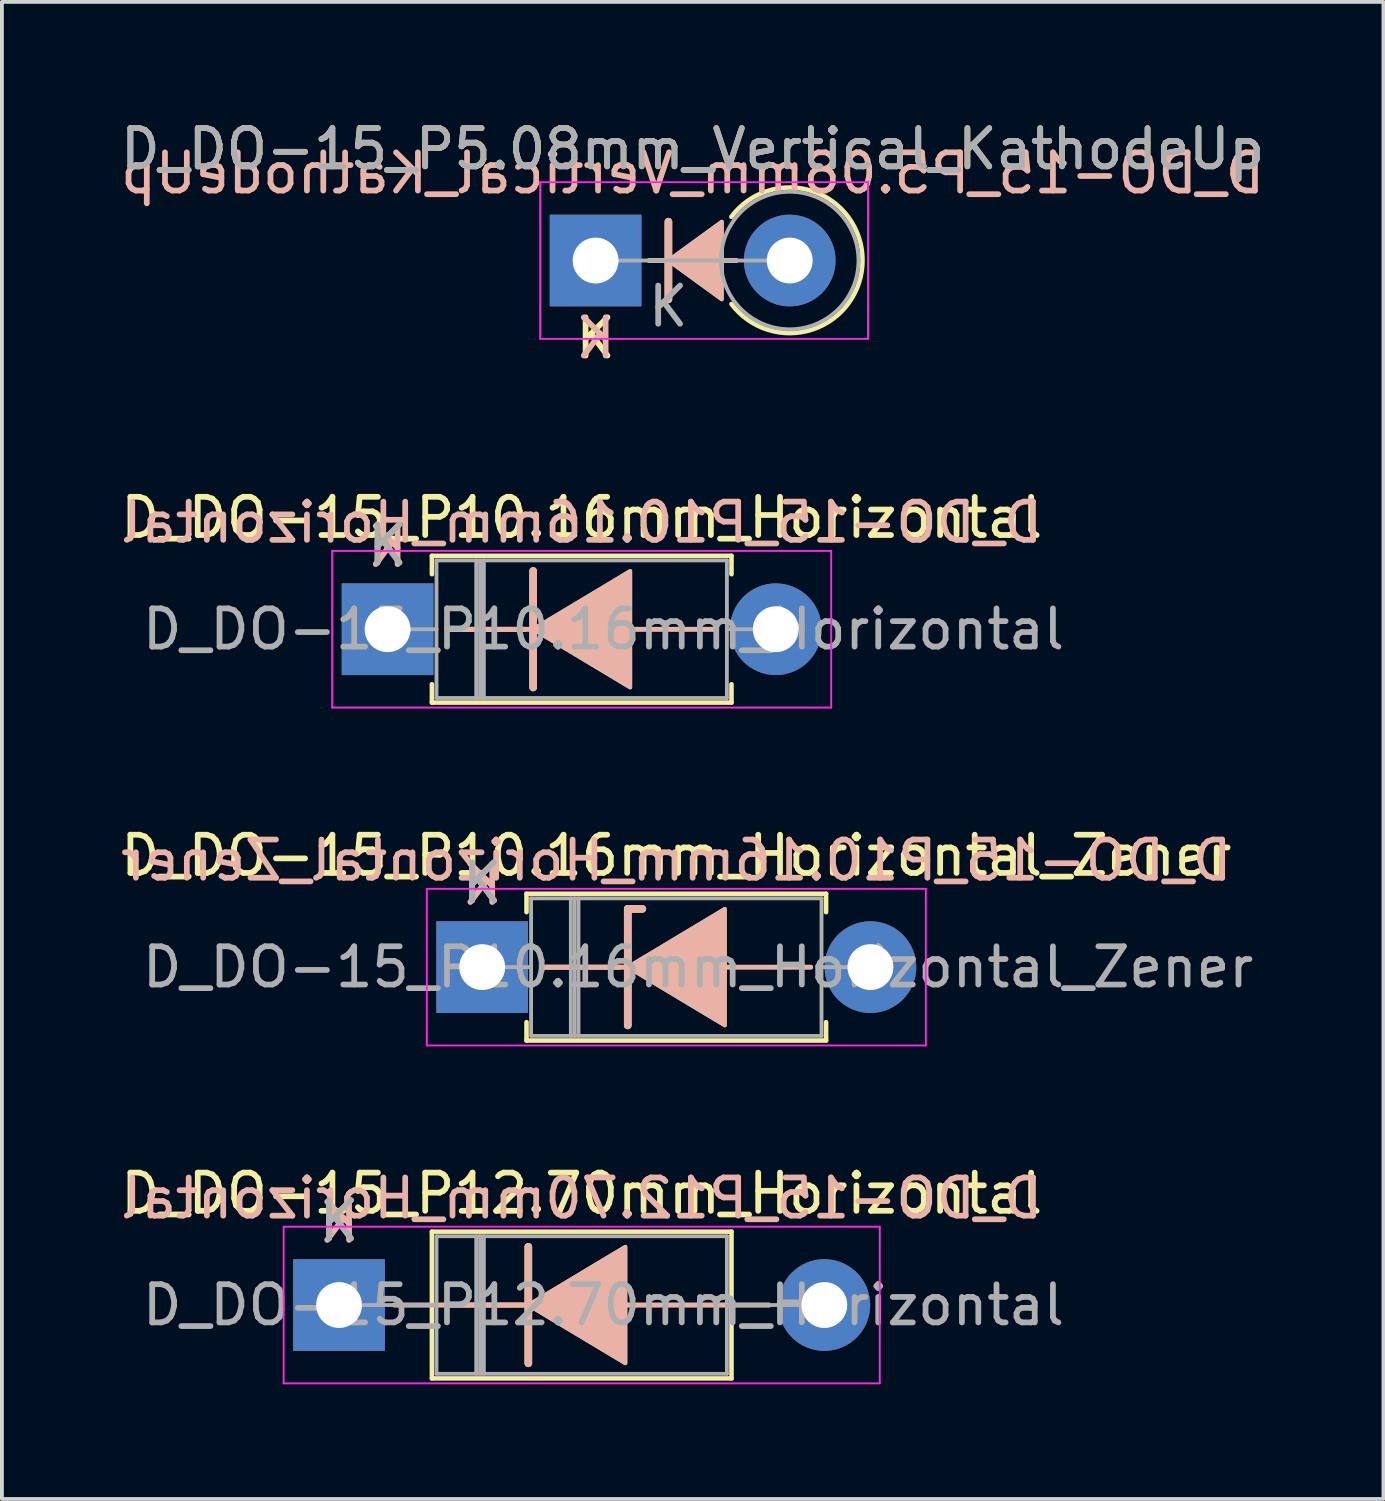
<source format=kicad_pcb>
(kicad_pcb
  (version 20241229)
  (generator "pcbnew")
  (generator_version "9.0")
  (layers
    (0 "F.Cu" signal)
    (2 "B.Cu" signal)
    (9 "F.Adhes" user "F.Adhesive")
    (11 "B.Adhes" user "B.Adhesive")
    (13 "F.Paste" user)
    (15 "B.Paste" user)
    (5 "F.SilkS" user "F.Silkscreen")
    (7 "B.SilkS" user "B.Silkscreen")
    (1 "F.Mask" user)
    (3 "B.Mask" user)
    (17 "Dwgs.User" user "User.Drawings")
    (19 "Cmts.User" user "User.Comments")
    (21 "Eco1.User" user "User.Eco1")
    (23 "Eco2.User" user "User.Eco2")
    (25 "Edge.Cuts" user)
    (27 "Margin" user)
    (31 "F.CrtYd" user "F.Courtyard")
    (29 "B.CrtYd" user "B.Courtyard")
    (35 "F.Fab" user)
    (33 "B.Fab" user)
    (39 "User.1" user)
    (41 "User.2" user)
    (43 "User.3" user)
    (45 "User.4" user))
  (footprint "D_DO-15_P10.16mm_Horizontal"
    (layer "F.Cu")
    (at 7.093 13.417)
    (property "Reference" "D_DO-15_P10.16mm_Horizontal" (at 5.08 -2.92 0) (layer "F.SilkS") (effects (font (size 1 1) (thickness 0.15))))
    (fp_line (start 1.16 -1.92) (end 9 -1.92) (stroke (width 0.12) (type solid)) (layer "F.SilkS"))
    (fp_line (start 1.16 -1.44) (end 1.16 -1.92) (stroke (width 0.12) (type solid)) (layer "F.SilkS"))
    (fp_line (start 1.16 1.44) (end 1.16 1.92) (stroke (width 0.12) (type solid)) (layer "F.SilkS"))
    (fp_line (start 1.16 1.92) (end 9 1.92) (stroke (width 0.12) (type solid)) (layer "F.SilkS"))
    (fp_line (start 1.6 0) (end 3.81 0) (stroke (width 0.12) (type solid)) (layer "F.SilkS"))
    (fp_line (start 3.6 0) (end 1.6 0) (stroke (width 0.12) (type solid)) (layer "F.SilkS"))
    (fp_line (start 3.81 -1.524) (end 3.81 1.524) (stroke (width 0.2) (type solid)) (layer "F.SilkS"))
    (fp_line (start 8.6 0) (end 6.413 0) (stroke (width 0.12) (type solid)) (layer "F.SilkS"))
    (fp_line (start 9 -1.92) (end 9 -1.44) (stroke (width 0.12) (type solid)) (layer "F.SilkS"))
    (fp_line (start 9 1.92) (end 9 1.44) (stroke (width 0.12) (type solid)) (layer "F.SilkS"))
    (fp_poly (pts (xy 6.35 1.524) (xy 3.81 0) (xy 6.35 -1.524)) (stroke (width 0.1) (type solid)) (fill yes) (layer "F.SilkS"))
    (fp_line (start 1.6 0) (end 3.81 0) (stroke (width 0.12) (type solid)) (layer "B.SilkS"))
    (fp_line (start 3.6 0) (end 1.6 0) (stroke (width 0.12) (type solid)) (layer "B.SilkS"))
    (fp_line (start 3.81 1.524) (end 3.81 -1.524) (stroke (width 0.2) (type solid)) (layer "B.SilkS"))
    (fp_line (start 8.6 0) (end 6.413 0) (stroke (width 0.12) (type solid)) (layer "B.SilkS"))
    (fp_poly (pts (xy 6.35 -1.524) (xy 3.81 0) (xy 6.35 1.524)) (stroke (width 0.1) (type solid)) (fill yes) (layer "B.SilkS"))
    (fp_line (start -1.45 -2.05) (end -1.45 2.05) (stroke (width 0.05) (type solid)) (layer "F.CrtYd"))
    (fp_line (start -1.45 2.05) (end 11.61 2.05) (stroke (width 0.05) (type solid)) (layer "F.CrtYd"))
    (fp_line (start 11.61 -2.05) (end -1.45 -2.05) (stroke (width 0.05) (type solid)) (layer "F.CrtYd"))
    (fp_line (start 11.61 2.05) (end 11.61 -2.05) (stroke (width 0.05) (type solid)) (layer "F.CrtYd"))
    (fp_line (start 0 0) (end 1.28 0) (stroke (width 0.1) (type solid)) (layer "F.Fab"))
    (fp_line (start 1.28 -1.8) (end 1.28 1.8) (stroke (width 0.1) (type solid)) (layer "F.Fab"))
    (fp_line (start 1.28 1.8) (end 8.88 1.8) (stroke (width 0.1) (type solid)) (layer "F.Fab"))
    (fp_line (start 2.32 -1.8) (end 2.32 1.8) (stroke (width 0.1) (type solid)) (layer "F.Fab"))
    (fp_line (start 2.42 -1.8) (end 2.42 1.8) (stroke (width 0.1) (type solid)) (layer "F.Fab"))
    (fp_line (start 2.52 -1.8) (end 2.52 1.8) (stroke (width 0.1) (type solid)) (layer "F.Fab"))
    (fp_line (start 8.88 -1.8) (end 1.28 -1.8) (stroke (width 0.1) (type solid)) (layer "F.Fab"))
    (fp_line (start 8.88 1.8) (end 8.88 -1.8) (stroke (width 0.1) (type solid)) (layer "F.Fab"))
    (fp_line (start 10.16 0) (end 8.88 0) (stroke (width 0.1) (type solid)) (layer "F.Fab"))
    (fp_text user "K" (at 0 -2.2 0) (layer "F.SilkS") (effects (font (size 1 1) (thickness 0.15))))
    (fp_text user "${REFERENCE}" (at 5.08 -2.794 0) (layer "B.SilkS") (effects (font (size 1 1) (thickness 0.15)) (justify mirror)))
    (fp_text user "K" (at 0 -2.159 0) (layer "B.SilkS") (effects (font (size 1 1) (thickness 0.15)) (justify mirror)))
    (fp_text user "${REFERENCE}" (at 5.65 0 0) (layer "F.Fab") (effects (font (size 1 1) (thickness 0.15))))
    (fp_text user "K" (at 0 -2.2 0) (layer "F.Fab") (effects (font (size 1 1) (thickness 0.15))))
    (pad "1" thru_hole rect (at 0 0) (size 2.4 2.4) (drill 1.2) (layers "*.Cu" "*.Mask"))
    (pad "2" thru_hole oval (at 10.16 0) (size 2.4 2.4) (drill 1.2) (layers "*.Cu" "*.Mask")))
  (footprint "D_DO-15_P10.16mm_Horizontal_Zener"
    (layer "F.Cu")
    (at 9.569 22.26)
    (property "Reference" "D_DO-15_P10.16mm_Horizontal_Zener" (at 5.08 -2.92 0) (layer "F.SilkS") (effects (font (size 1 1) (thickness 0.15))))
    (fp_line (start 1.16 -1.92) (end 9 -1.92) (stroke (width 0.12) (type solid)) (layer "F.SilkS"))
    (fp_line (start 1.16 -1.44) (end 1.16 -1.92) (stroke (width 0.12) (type solid)) (layer "F.SilkS"))
    (fp_line (start 1.16 1.44) (end 1.16 1.92) (stroke (width 0.12) (type solid)) (layer "F.SilkS"))
    (fp_line (start 1.16 1.92) (end 9 1.92) (stroke (width 0.12) (type solid)) (layer "F.SilkS"))
    (fp_line (start 1.6 0) (end 3.81 0) (stroke (width 0.12) (type solid)) (layer "F.SilkS"))
    (fp_line (start 3.6 0) (end 1.6 0) (stroke (width 0.12) (type solid)) (layer "F.SilkS"))
    (fp_line (start 3.81 -1.524) (end 3.81 1.524) (stroke (width 0.2) (type solid)) (layer "F.SilkS"))
    (fp_line (start 3.81 -1.524) (end 4.191 -1.524) (stroke (width 0.2) (type solid)) (layer "F.SilkS"))
    (fp_line (start 8.6 0) (end 6.413 0) (stroke (width 0.12) (type solid)) (layer "F.SilkS"))
    (fp_line (start 9 -1.92) (end 9 -1.44) (stroke (width 0.12) (type solid)) (layer "F.SilkS"))
    (fp_line (start 9 1.92) (end 9 1.44) (stroke (width 0.12) (type solid)) (layer "F.SilkS"))
    (fp_poly (pts (xy 6.35 1.524) (xy 3.81 0) (xy 6.35 -1.524)) (stroke (width 0.1) (type solid)) (fill yes) (layer "F.SilkS"))
    (fp_line (start 1.6 0) (end 3.81 0) (stroke (width 0.12) (type solid)) (layer "B.SilkS"))
    (fp_line (start 3.6 0) (end 1.6 0) (stroke (width 0.12) (type solid)) (layer "B.SilkS"))
    (fp_line (start 3.81 -1.524) (end 4.191 -1.524) (stroke (width 0.2) (type solid)) (layer "B.SilkS"))
    (fp_line (start 3.81 1.524) (end 3.81 -1.524) (stroke (width 0.2) (type solid)) (layer "B.SilkS"))
    (fp_line (start 8.6 0) (end 6.413 0) (stroke (width 0.12) (type solid)) (layer "B.SilkS"))
    (fp_poly (pts (xy 6.35 -1.524) (xy 3.81 0) (xy 6.35 1.524)) (stroke (width 0.1) (type solid)) (fill yes) (layer "B.SilkS"))
    (fp_line (start -1.45 -2.05) (end -1.45 2.05) (stroke (width 0.05) (type solid)) (layer "F.CrtYd"))
    (fp_line (start -1.45 2.05) (end 11.61 2.05) (stroke (width 0.05) (type solid)) (layer "F.CrtYd"))
    (fp_line (start 11.61 -2.05) (end -1.45 -2.05) (stroke (width 0.05) (type solid)) (layer "F.CrtYd"))
    (fp_line (start 11.61 2.05) (end 11.61 -2.05) (stroke (width 0.05) (type solid)) (layer "F.CrtYd"))
    (fp_line (start 0 0) (end 1.28 0) (stroke (width 0.1) (type solid)) (layer "F.Fab"))
    (fp_line (start 1.28 -1.8) (end 1.28 1.8) (stroke (width 0.1) (type solid)) (layer "F.Fab"))
    (fp_line (start 1.28 1.8) (end 8.88 1.8) (stroke (width 0.1) (type solid)) (layer "F.Fab"))
    (fp_line (start 2.32 -1.8) (end 2.32 1.8) (stroke (width 0.1) (type solid)) (layer "F.Fab"))
    (fp_line (start 2.42 -1.8) (end 2.42 1.8) (stroke (width 0.1) (type solid)) (layer "F.Fab"))
    (fp_line (start 2.52 -1.8) (end 2.52 1.8) (stroke (width 0.1) (type solid)) (layer "F.Fab"))
    (fp_line (start 8.88 -1.8) (end 1.28 -1.8) (stroke (width 0.1) (type solid)) (layer "F.Fab"))
    (fp_line (start 8.88 1.8) (end 8.88 -1.8) (stroke (width 0.1) (type solid)) (layer "F.Fab"))
    (fp_line (start 10.16 0) (end 8.88 0) (stroke (width 0.1) (type solid)) (layer "F.Fab"))
    (fp_text user "K" (at 0 -2.2 0) (layer "F.SilkS") (effects (font (size 1 1) (thickness 0.15))))
    (fp_text user "${REFERENCE}" (at 5.08 -2.794 0) (layer "B.SilkS") (effects (font (size 1 1) (thickness 0.15)) (justify mirror)))
    (fp_text user "K" (at 0 -2.159 0) (layer "B.SilkS") (effects (font (size 1 1) (thickness 0.15)) (justify mirror)))
    (fp_text user "${REFERENCE}" (at 5.65 0 0) (layer "F.Fab") (effects (font (size 1 1) (thickness 0.15))))
    (fp_text user "K" (at 0 -2.2 0) (layer "F.Fab") (effects (font (size 1 1) (thickness 0.15))))
    (pad "1" thru_hole rect (at 0 0) (size 2.4 2.4) (drill 1.2) (layers "*.Cu" "*.Mask"))
    (pad "2" thru_hole oval (at 10.16 0) (size 2.4 2.4) (drill 1.2) (layers "*.Cu" "*.Mask")))
  (footprint "D_DO-15_P12.70mm_Horizontal"
    (layer "F.Cu")
    (at 5.823 31.103)
    (property "Reference" "D_DO-15_P12.70mm_Horizontal" (at 6.35 -2.92 0) (layer "F.SilkS") (effects (font (size 1 1) (thickness 0.15))))
    (fp_line (start 1.44 0) (end 2.43 0) (stroke (width 0.12) (type solid)) (layer "F.SilkS"))
    (fp_line (start 2.413 0) (end 4.8 0) (stroke (width 0.12) (type solid)) (layer "F.SilkS"))
    (fp_line (start 2.43 -1.92) (end 2.43 1.92) (stroke (width 0.12) (type solid)) (layer "F.SilkS"))
    (fp_line (start 2.43 1.92) (end 10.27 1.92) (stroke (width 0.12) (type solid)) (layer "F.SilkS"))
    (fp_line (start 4.953 -1.524) (end 4.953 1.524) (stroke (width 0.2) (type solid)) (layer "F.SilkS"))
    (fp_line (start 4.953 0) (end 2.8 0) (stroke (width 0.12) (type solid)) (layer "F.SilkS"))
    (fp_line (start 10.27 -1.92) (end 2.43 -1.92) (stroke (width 0.12) (type solid)) (layer "F.SilkS"))
    (fp_line (start 10.27 0) (end 7.493 0) (stroke (width 0.12) (type solid)) (layer "F.SilkS"))
    (fp_line (start 10.27 1.92) (end 10.27 -1.92) (stroke (width 0.12) (type solid)) (layer "F.SilkS"))
    (fp_line (start 11.26 0) (end 10.27 0) (stroke (width 0.12) (type solid)) (layer "F.SilkS"))
    (fp_poly (pts (xy 7.493 1.524) (xy 4.953 0) (xy 7.493 -1.524)) (stroke (width 0.1) (type solid)) (fill yes) (layer "F.SilkS"))
    (fp_line (start 1.44 0) (end 2.43 0) (stroke (width 0.12) (type solid)) (layer "B.SilkS"))
    (fp_line (start 2.413 0) (end 4.8 0) (stroke (width 0.12) (type solid)) (layer "B.SilkS"))
    (fp_line (start 4.953 0) (end 2.8 0) (stroke (width 0.12) (type solid)) (layer "B.SilkS"))
    (fp_line (start 4.953 1.524) (end 4.953 -1.524) (stroke (width 0.2) (type solid)) (layer "B.SilkS"))
    (fp_line (start 10.27 0) (end 7.493 0) (stroke (width 0.12) (type solid)) (layer "B.SilkS"))
    (fp_line (start 11.26 0) (end 10.27 0) (stroke (width 0.12) (type solid)) (layer "B.SilkS"))
    (fp_poly (pts (xy 7.493 -1.524) (xy 4.953 0) (xy 7.493 1.524)) (stroke (width 0.1) (type solid)) (fill yes) (layer "B.SilkS"))
    (fp_line (start -1.45 -2.05) (end -1.45 2.05) (stroke (width 0.05) (type solid)) (layer "F.CrtYd"))
    (fp_line (start -1.45 2.05) (end 14.15 2.05) (stroke (width 0.05) (type solid)) (layer "F.CrtYd"))
    (fp_line (start 14.15 -2.05) (end -1.45 -2.05) (stroke (width 0.05) (type solid)) (layer "F.CrtYd"))
    (fp_line (start 14.15 2.05) (end 14.15 -2.05) (stroke (width 0.05) (type solid)) (layer "F.CrtYd"))
    (fp_line (start 0 0) (end 2.55 0) (stroke (width 0.1) (type solid)) (layer "F.Fab"))
    (fp_line (start 2.55 -1.8) (end 2.55 1.8) (stroke (width 0.1) (type solid)) (layer "F.Fab"))
    (fp_line (start 2.55 1.8) (end 10.15 1.8) (stroke (width 0.1) (type solid)) (layer "F.Fab"))
    (fp_line (start 3.59 -1.8) (end 3.59 1.8) (stroke (width 0.1) (type solid)) (layer "F.Fab"))
    (fp_line (start 3.69 -1.8) (end 3.69 1.8) (stroke (width 0.1) (type solid)) (layer "F.Fab"))
    (fp_line (start 3.79 -1.8) (end 3.79 1.8) (stroke (width 0.1) (type solid)) (layer "F.Fab"))
    (fp_line (start 10.15 -1.8) (end 2.55 -1.8) (stroke (width 0.1) (type solid)) (layer "F.Fab"))
    (fp_line (start 10.15 1.8) (end 10.15 -1.8) (stroke (width 0.1) (type solid)) (layer "F.Fab"))
    (fp_line (start 12.7 0) (end 10.15 0) (stroke (width 0.1) (type solid)) (layer "F.Fab"))
    (fp_text user "K" (at 0 -2.2 0) (layer "F.SilkS") (effects (font (size 1 1) (thickness 0.15))))
    (fp_text user "${REFERENCE}" (at 6.35 -2.794 0) (layer "B.SilkS") (effects (font (size 1 1) (thickness 0.15)) (justify mirror)))
    (fp_text user "K" (at 0 -2.159 0) (layer "B.SilkS") (effects (font (size 1 1) (thickness 0.15)) (justify mirror)))
    (fp_text user "K" (at 0 -2.2 0) (layer "F.Fab") (effects (font (size 1 1) (thickness 0.15))))
    (fp_text user "${REFERENCE}" (at 6.92 0 0) (layer "F.Fab") (effects (font (size 1 1) (thickness 0.15))))
    (pad "1" thru_hole rect (at 0 0) (size 2.4 2.4) (drill 1.2) (layers "*.Cu" "*.Mask"))
    (pad "2" thru_hole oval (at 12.7 0) (size 2.4 2.4) (drill 1.2) (layers "*.Cu" "*.Mask")))
  (footprint "D_DO-15_P5.08mm_Vertical_KathodeUp"
    (layer "F.Cu")
    (at 12.537 3.768)
    (property "Reference" "D_DO-15_P5.08mm_Vertical_KathodeUp" (at 2.54 -2.92 0) (layer "F.SilkS") (effects (font (size 1 1) (thickness 0.15))))
    (fp_line (start 1.397 0) (end 2.413 0) (stroke (width 0.12) (type solid)) (layer "F.SilkS"))
    (fp_line (start 1.905 -1.016) (end 1.905 1.016) (stroke (width 0.2) (type solid)) (layer "F.SilkS"))
    (fp_line (start 1.92 0) (end 3.683 0) (stroke (width 0.12) (type solid)) (layer "F.SilkS"))
    (fp_arc (start 3.553011 -1.144726) (mid 6.984999 -0.008217) (end 3.556 1.137278) (stroke (width 0.12) (type solid)) (layer "F.SilkS"))
    (fp_poly (pts (xy 3.302 1.016) (xy 1.905 0) (xy 3.302 -1.016)) (stroke (width 0.1) (type solid)) (fill yes) (layer "F.SilkS"))
    (fp_line (start 1.397 0) (end 2.413 0) (stroke (width 0.12) (type solid)) (layer "B.SilkS"))
    (fp_line (start 1.905 1.016) (end 1.905 -1.016) (stroke (width 0.2) (type solid)) (layer "B.SilkS"))
    (fp_line (start 1.92 0) (end 3.683 0) (stroke (width 0.12) (type solid)) (layer "B.SilkS"))
    (fp_poly (pts (xy 3.302 -1.016) (xy 1.905 0) (xy 3.302 1.016)) (stroke (width 0.1) (type solid)) (fill yes) (layer "B.SilkS"))
    (fp_line (start -1.45 -2.05) (end -1.45 2.05) (stroke (width 0.05) (type solid)) (layer "F.CrtYd"))
    (fp_line (start -1.45 2.05) (end 7.13 2.05) (stroke (width 0.05) (type solid)) (layer "F.CrtYd"))
    (fp_line (start 7.13 -2.05) (end -1.45 -2.05) (stroke (width 0.05) (type solid)) (layer "F.CrtYd"))
    (fp_line (start 7.13 2.05) (end 7.13 -2.05) (stroke (width 0.05) (type solid)) (layer "F.CrtYd"))
    (fp_line (start 0 0) (end 5.08 0) (stroke (width 0.1) (type solid)) (layer "F.Fab"))
    (fp_circle (center 5.08 0) (end 6.88 0) (stroke (width 0.1) (type solid)) (fill no) (layer "F.Fab"))
    (fp_text user "K" (at 0 2.032 0) (layer "F.SilkS") (effects (font (size 1 1) (thickness 0.15))))
    (fp_text user "K" (at 0 2.032 0) (layer "B.SilkS") (effects (font (size 1 1) (thickness 0.15)) (justify mirror)))
    (fp_text user "${REFERENCE}" (at 2.54 -2.286 0) (layer "B.SilkS") (effects (font (size 1 1) (thickness 0.15)) (justify mirror)))
    (fp_text user "${REFERENCE}" (at 2.54 -2.92 0) (layer "F.Fab") (effects (font (size 1 1) (thickness 0.15))))
    (fp_text user "K" (at 1.9 1.2 0) (layer "F.Fab") (effects (font (size 1 1) (thickness 0.15))))
    (pad "1" thru_hole rect (at 0 0) (size 2.4 2.4) (drill 1.2) (layers "*.Cu" "*.Mask"))
    (pad "2" thru_hole oval (at 5.08 0) (size 2.4 2.4) (drill 1.2) (layers "*.Cu" "*.Mask")))
  (gr_rect
    (start -3 -3)
    (end 33.155 36.178)
    (stroke (width 0.1) (type default))
    (fill no)
    (layer "Edge.Cuts")))
</source>
